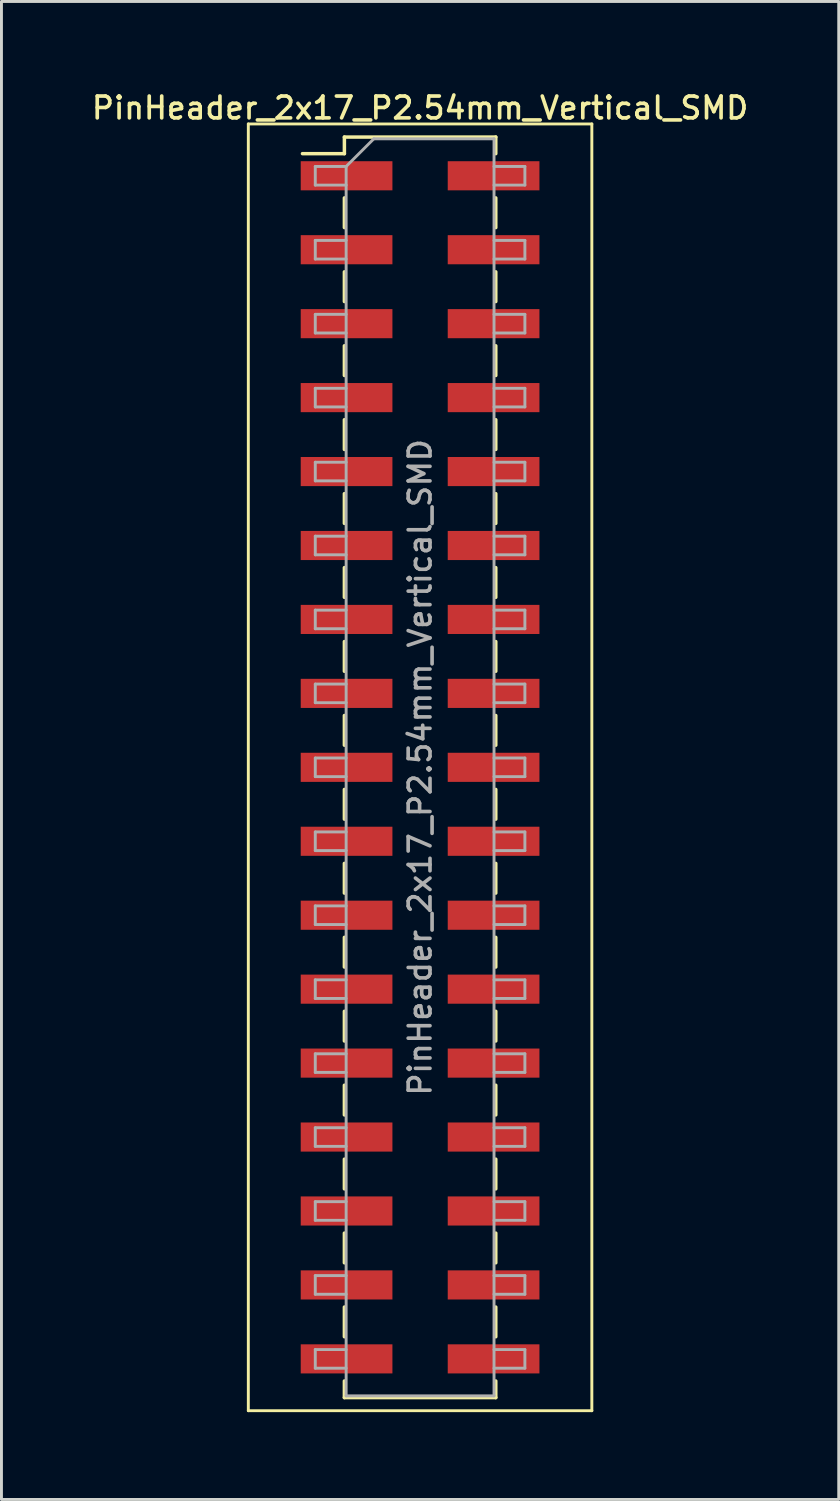
<source format=kicad_pcb>
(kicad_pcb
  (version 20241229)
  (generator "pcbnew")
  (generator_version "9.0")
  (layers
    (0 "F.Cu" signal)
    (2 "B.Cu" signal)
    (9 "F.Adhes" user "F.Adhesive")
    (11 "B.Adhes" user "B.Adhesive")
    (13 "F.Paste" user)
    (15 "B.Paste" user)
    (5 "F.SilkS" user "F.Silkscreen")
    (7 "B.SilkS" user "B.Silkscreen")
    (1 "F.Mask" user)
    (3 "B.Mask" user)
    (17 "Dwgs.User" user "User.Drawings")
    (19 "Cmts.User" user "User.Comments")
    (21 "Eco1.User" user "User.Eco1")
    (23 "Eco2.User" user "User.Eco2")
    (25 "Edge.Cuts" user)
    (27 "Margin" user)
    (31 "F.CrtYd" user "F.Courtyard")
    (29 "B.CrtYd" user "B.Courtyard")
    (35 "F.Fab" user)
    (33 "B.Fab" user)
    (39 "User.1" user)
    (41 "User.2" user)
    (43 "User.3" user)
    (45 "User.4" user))
  (footprint "PinHeader_2x17_P2.54mm_Vertical_SMD"
    (layer "F.Cu")
    (at 11.38 23.308)
    (property "Reference" "PinHeader_2x17_P2.54mm_Vertical_SMD" (at 0 -22.65 0) (layer "F.SilkS") (effects (font (size 0.75 0.75) (thickness 0.125))))
    (attr smd)
    (fp_line (start -5.9 -22.1) (end -5.9 22.1) (stroke (width 0.1) (type solid)) (layer "F.SilkS"))
    (fp_line (start -5.9 22.1) (end 5.9 22.1) (stroke (width 0.1) (type solid)) (layer "F.SilkS"))
    (fp_line (start -4.04 -21.08) (end -2.6 -21.08) (stroke (width 0.12) (type solid)) (layer "F.SilkS"))
    (fp_line (start -2.6 -21.65) (end -2.6 -21.08) (stroke (width 0.12) (type solid)) (layer "F.SilkS"))
    (fp_line (start -2.6 -21.65) (end 2.6 -21.65) (stroke (width 0.12) (type solid)) (layer "F.SilkS"))
    (fp_line (start -2.6 -19.56) (end -2.6 -18.54) (stroke (width 0.12) (type solid)) (layer "F.SilkS"))
    (fp_line (start -2.6 -17.02) (end -2.6 -16) (stroke (width 0.12) (type solid)) (layer "F.SilkS"))
    (fp_line (start -2.6 -14.48) (end -2.6 -13.46) (stroke (width 0.12) (type solid)) (layer "F.SilkS"))
    (fp_line (start -2.6 -11.94) (end -2.6 -10.92) (stroke (width 0.12) (type solid)) (layer "F.SilkS"))
    (fp_line (start -2.6 -9.4) (end -2.6 -8.38) (stroke (width 0.12) (type solid)) (layer "F.SilkS"))
    (fp_line (start -2.6 -6.86) (end -2.6 -5.84) (stroke (width 0.12) (type solid)) (layer "F.SilkS"))
    (fp_line (start -2.6 -4.32) (end -2.6 -3.3) (stroke (width 0.12) (type solid)) (layer "F.SilkS"))
    (fp_line (start -2.6 -1.78) (end -2.6 -0.76) (stroke (width 0.12) (type solid)) (layer "F.SilkS"))
    (fp_line (start -2.6 0.76) (end -2.6 1.78) (stroke (width 0.12) (type solid)) (layer "F.SilkS"))
    (fp_line (start -2.6 3.3) (end -2.6 4.32) (stroke (width 0.12) (type solid)) (layer "F.SilkS"))
    (fp_line (start -2.6 5.84) (end -2.6 6.86) (stroke (width 0.12) (type solid)) (layer "F.SilkS"))
    (fp_line (start -2.6 8.38) (end -2.6 9.4) (stroke (width 0.12) (type solid)) (layer "F.SilkS"))
    (fp_line (start -2.6 10.92) (end -2.6 11.94) (stroke (width 0.12) (type solid)) (layer "F.SilkS"))
    (fp_line (start -2.6 13.46) (end -2.6 14.48) (stroke (width 0.12) (type solid)) (layer "F.SilkS"))
    (fp_line (start -2.6 16) (end -2.6 17.02) (stroke (width 0.12) (type solid)) (layer "F.SilkS"))
    (fp_line (start -2.6 18.54) (end -2.6 19.56) (stroke (width 0.12) (type solid)) (layer "F.SilkS"))
    (fp_line (start -2.6 21.08) (end -2.6 21.65) (stroke (width 0.12) (type solid)) (layer "F.SilkS"))
    (fp_line (start -2.6 21.65) (end 2.6 21.65) (stroke (width 0.12) (type solid)) (layer "F.SilkS"))
    (fp_line (start 2.6 -21.65) (end 2.6 -21.08) (stroke (width 0.12) (type solid)) (layer "F.SilkS"))
    (fp_line (start 2.6 -19.56) (end 2.6 -18.54) (stroke (width 0.12) (type solid)) (layer "F.SilkS"))
    (fp_line (start 2.6 -17.02) (end 2.6 -16) (stroke (width 0.12) (type solid)) (layer "F.SilkS"))
    (fp_line (start 2.6 -14.48) (end 2.6 -13.46) (stroke (width 0.12) (type solid)) (layer "F.SilkS"))
    (fp_line (start 2.6 -11.94) (end 2.6 -10.92) (stroke (width 0.12) (type solid)) (layer "F.SilkS"))
    (fp_line (start 2.6 -9.4) (end 2.6 -8.38) (stroke (width 0.12) (type solid)) (layer "F.SilkS"))
    (fp_line (start 2.6 -6.86) (end 2.6 -5.84) (stroke (width 0.12) (type solid)) (layer "F.SilkS"))
    (fp_line (start 2.6 -4.32) (end 2.6 -3.3) (stroke (width 0.12) (type solid)) (layer "F.SilkS"))
    (fp_line (start 2.6 -1.78) (end 2.6 -0.76) (stroke (width 0.12) (type solid)) (layer "F.SilkS"))
    (fp_line (start 2.6 0.76) (end 2.6 1.78) (stroke (width 0.12) (type solid)) (layer "F.SilkS"))
    (fp_line (start 2.6 3.3) (end 2.6 4.32) (stroke (width 0.12) (type solid)) (layer "F.SilkS"))
    (fp_line (start 2.6 5.84) (end 2.6 6.86) (stroke (width 0.12) (type solid)) (layer "F.SilkS"))
    (fp_line (start 2.6 8.38) (end 2.6 9.4) (stroke (width 0.12) (type solid)) (layer "F.SilkS"))
    (fp_line (start 2.6 10.92) (end 2.6 11.94) (stroke (width 0.12) (type solid)) (layer "F.SilkS"))
    (fp_line (start 2.6 13.46) (end 2.6 14.48) (stroke (width 0.12) (type solid)) (layer "F.SilkS"))
    (fp_line (start 2.6 16) (end 2.6 17.02) (stroke (width 0.12) (type solid)) (layer "F.SilkS"))
    (fp_line (start 2.6 18.54) (end 2.6 19.56) (stroke (width 0.12) (type solid)) (layer "F.SilkS"))
    (fp_line (start 2.6 21.08) (end 2.6 21.65) (stroke (width 0.12) (type solid)) (layer "F.SilkS"))
    (fp_line (start 5.9 -22.1) (end -5.9 -22.1) (stroke (width 0.1) (type solid)) (layer "F.SilkS"))
    (fp_line (start 5.9 22.1) (end 5.9 -22.1) (stroke (width 0.1) (type solid)) (layer "F.SilkS"))
    (fp_line (start -3.6 -20.64) (end -3.6 -20) (stroke (width 0.1) (type solid)) (layer "F.Fab"))
    (fp_line (start -3.6 -20) (end -2.54 -20) (stroke (width 0.1) (type solid)) (layer "F.Fab"))
    (fp_line (start -3.6 -18.1) (end -3.6 -17.46) (stroke (width 0.1) (type solid)) (layer "F.Fab"))
    (fp_line (start -3.6 -17.46) (end -2.54 -17.46) (stroke (width 0.1) (type solid)) (layer "F.Fab"))
    (fp_line (start -3.6 -15.56) (end -3.6 -14.92) (stroke (width 0.1) (type solid)) (layer "F.Fab"))
    (fp_line (start -3.6 -14.92) (end -2.54 -14.92) (stroke (width 0.1) (type solid)) (layer "F.Fab"))
    (fp_line (start -3.6 -13.02) (end -3.6 -12.38) (stroke (width 0.1) (type solid)) (layer "F.Fab"))
    (fp_line (start -3.6 -12.38) (end -2.54 -12.38) (stroke (width 0.1) (type solid)) (layer "F.Fab"))
    (fp_line (start -3.6 -10.48) (end -3.6 -9.84) (stroke (width 0.1) (type solid)) (layer "F.Fab"))
    (fp_line (start -3.6 -9.84) (end -2.54 -9.84) (stroke (width 0.1) (type solid)) (layer "F.Fab"))
    (fp_line (start -3.6 -7.94) (end -3.6 -7.3) (stroke (width 0.1) (type solid)) (layer "F.Fab"))
    (fp_line (start -3.6 -7.3) (end -2.54 -7.3) (stroke (width 0.1) (type solid)) (layer "F.Fab"))
    (fp_line (start -3.6 -5.4) (end -3.6 -4.76) (stroke (width 0.1) (type solid)) (layer "F.Fab"))
    (fp_line (start -3.6 -4.76) (end -2.54 -4.76) (stroke (width 0.1) (type solid)) (layer "F.Fab"))
    (fp_line (start -3.6 -2.86) (end -3.6 -2.22) (stroke (width 0.1) (type solid)) (layer "F.Fab"))
    (fp_line (start -3.6 -2.22) (end -2.54 -2.22) (stroke (width 0.1) (type solid)) (layer "F.Fab"))
    (fp_line (start -3.6 -0.32) (end -3.6 0.32) (stroke (width 0.1) (type solid)) (layer "F.Fab"))
    (fp_line (start -3.6 0.32) (end -2.54 0.32) (stroke (width 0.1) (type solid)) (layer "F.Fab"))
    (fp_line (start -3.6 2.22) (end -3.6 2.86) (stroke (width 0.1) (type solid)) (layer "F.Fab"))
    (fp_line (start -3.6 2.86) (end -2.54 2.86) (stroke (width 0.1) (type solid)) (layer "F.Fab"))
    (fp_line (start -3.6 4.76) (end -3.6 5.4) (stroke (width 0.1) (type solid)) (layer "F.Fab"))
    (fp_line (start -3.6 5.4) (end -2.54 5.4) (stroke (width 0.1) (type solid)) (layer "F.Fab"))
    (fp_line (start -3.6 7.3) (end -3.6 7.94) (stroke (width 0.1) (type solid)) (layer "F.Fab"))
    (fp_line (start -3.6 7.94) (end -2.54 7.94) (stroke (width 0.1) (type solid)) (layer "F.Fab"))
    (fp_line (start -3.6 9.84) (end -3.6 10.48) (stroke (width 0.1) (type solid)) (layer "F.Fab"))
    (fp_line (start -3.6 10.48) (end -2.54 10.48) (stroke (width 0.1) (type solid)) (layer "F.Fab"))
    (fp_line (start -3.6 12.38) (end -3.6 13.02) (stroke (width 0.1) (type solid)) (layer "F.Fab"))
    (fp_line (start -3.6 13.02) (end -2.54 13.02) (stroke (width 0.1) (type solid)) (layer "F.Fab"))
    (fp_line (start -3.6 14.92) (end -3.6 15.56) (stroke (width 0.1) (type solid)) (layer "F.Fab"))
    (fp_line (start -3.6 15.56) (end -2.54 15.56) (stroke (width 0.1) (type solid)) (layer "F.Fab"))
    (fp_line (start -3.6 17.46) (end -3.6 18.1) (stroke (width 0.1) (type solid)) (layer "F.Fab"))
    (fp_line (start -3.6 18.1) (end -2.54 18.1) (stroke (width 0.1) (type solid)) (layer "F.Fab"))
    (fp_line (start -3.6 20) (end -3.6 20.64) (stroke (width 0.1) (type solid)) (layer "F.Fab"))
    (fp_line (start -3.6 20.64) (end -2.54 20.64) (stroke (width 0.1) (type solid)) (layer "F.Fab"))
    (fp_line (start -2.54 -20.64) (end -3.6 -20.64) (stroke (width 0.1) (type solid)) (layer "F.Fab"))
    (fp_line (start -2.54 -20.64) (end -1.59 -21.59) (stroke (width 0.1) (type solid)) (layer "F.Fab"))
    (fp_line (start -2.54 -18.1) (end -3.6 -18.1) (stroke (width 0.1) (type solid)) (layer "F.Fab"))
    (fp_line (start -2.54 -15.56) (end -3.6 -15.56) (stroke (width 0.1) (type solid)) (layer "F.Fab"))
    (fp_line (start -2.54 -13.02) (end -3.6 -13.02) (stroke (width 0.1) (type solid)) (layer "F.Fab"))
    (fp_line (start -2.54 -10.48) (end -3.6 -10.48) (stroke (width 0.1) (type solid)) (layer "F.Fab"))
    (fp_line (start -2.54 -7.94) (end -3.6 -7.94) (stroke (width 0.1) (type solid)) (layer "F.Fab"))
    (fp_line (start -2.54 -5.4) (end -3.6 -5.4) (stroke (width 0.1) (type solid)) (layer "F.Fab"))
    (fp_line (start -2.54 -2.86) (end -3.6 -2.86) (stroke (width 0.1) (type solid)) (layer "F.Fab"))
    (fp_line (start -2.54 -0.32) (end -3.6 -0.32) (stroke (width 0.1) (type solid)) (layer "F.Fab"))
    (fp_line (start -2.54 2.22) (end -3.6 2.22) (stroke (width 0.1) (type solid)) (layer "F.Fab"))
    (fp_line (start -2.54 4.76) (end -3.6 4.76) (stroke (width 0.1) (type solid)) (layer "F.Fab"))
    (fp_line (start -2.54 7.3) (end -3.6 7.3) (stroke (width 0.1) (type solid)) (layer "F.Fab"))
    (fp_line (start -2.54 9.84) (end -3.6 9.84) (stroke (width 0.1) (type solid)) (layer "F.Fab"))
    (fp_line (start -2.54 12.38) (end -3.6 12.38) (stroke (width 0.1) (type solid)) (layer "F.Fab"))
    (fp_line (start -2.54 14.92) (end -3.6 14.92) (stroke (width 0.1) (type solid)) (layer "F.Fab"))
    (fp_line (start -2.54 17.46) (end -3.6 17.46) (stroke (width 0.1) (type solid)) (layer "F.Fab"))
    (fp_line (start -2.54 20) (end -3.6 20) (stroke (width 0.1) (type solid)) (layer "F.Fab"))
    (fp_line (start -2.54 21.59) (end -2.54 -20.64) (stroke (width 0.1) (type solid)) (layer "F.Fab"))
    (fp_line (start -1.59 -21.59) (end 2.54 -21.59) (stroke (width 0.1) (type solid)) (layer "F.Fab"))
    (fp_line (start 2.54 -21.59) (end 2.54 21.59) (stroke (width 0.1) (type solid)) (layer "F.Fab"))
    (fp_line (start 2.54 -20.64) (end 3.6 -20.64) (stroke (width 0.1) (type solid)) (layer "F.Fab"))
    (fp_line (start 2.54 -18.1) (end 3.6 -18.1) (stroke (width 0.1) (type solid)) (layer "F.Fab"))
    (fp_line (start 2.54 -15.56) (end 3.6 -15.56) (stroke (width 0.1) (type solid)) (layer "F.Fab"))
    (fp_line (start 2.54 -13.02) (end 3.6 -13.02) (stroke (width 0.1) (type solid)) (layer "F.Fab"))
    (fp_line (start 2.54 -10.48) (end 3.6 -10.48) (stroke (width 0.1) (type solid)) (layer "F.Fab"))
    (fp_line (start 2.54 -7.94) (end 3.6 -7.94) (stroke (width 0.1) (type solid)) (layer "F.Fab"))
    (fp_line (start 2.54 -5.4) (end 3.6 -5.4) (stroke (width 0.1) (type solid)) (layer "F.Fab"))
    (fp_line (start 2.54 -2.86) (end 3.6 -2.86) (stroke (width 0.1) (type solid)) (layer "F.Fab"))
    (fp_line (start 2.54 -0.32) (end 3.6 -0.32) (stroke (width 0.1) (type solid)) (layer "F.Fab"))
    (fp_line (start 2.54 2.22) (end 3.6 2.22) (stroke (width 0.1) (type solid)) (layer "F.Fab"))
    (fp_line (start 2.54 4.76) (end 3.6 4.76) (stroke (width 0.1) (type solid)) (layer "F.Fab"))
    (fp_line (start 2.54 7.3) (end 3.6 7.3) (stroke (width 0.1) (type solid)) (layer "F.Fab"))
    (fp_line (start 2.54 9.84) (end 3.6 9.84) (stroke (width 0.1) (type solid)) (layer "F.Fab"))
    (fp_line (start 2.54 12.38) (end 3.6 12.38) (stroke (width 0.1) (type solid)) (layer "F.Fab"))
    (fp_line (start 2.54 14.92) (end 3.6 14.92) (stroke (width 0.1) (type solid)) (layer "F.Fab"))
    (fp_line (start 2.54 17.46) (end 3.6 17.46) (stroke (width 0.1) (type solid)) (layer "F.Fab"))
    (fp_line (start 2.54 20) (end 3.6 20) (stroke (width 0.1) (type solid)) (layer "F.Fab"))
    (fp_line (start 2.54 21.59) (end -2.54 21.59) (stroke (width 0.1) (type solid)) (layer "F.Fab"))
    (fp_line (start 3.6 -20.64) (end 3.6 -20) (stroke (width 0.1) (type solid)) (layer "F.Fab"))
    (fp_line (start 3.6 -20) (end 2.54 -20) (stroke (width 0.1) (type solid)) (layer "F.Fab"))
    (fp_line (start 3.6 -18.1) (end 3.6 -17.46) (stroke (width 0.1) (type solid)) (layer "F.Fab"))
    (fp_line (start 3.6 -17.46) (end 2.54 -17.46) (stroke (width 0.1) (type solid)) (layer "F.Fab"))
    (fp_line (start 3.6 -15.56) (end 3.6 -14.92) (stroke (width 0.1) (type solid)) (layer "F.Fab"))
    (fp_line (start 3.6 -14.92) (end 2.54 -14.92) (stroke (width 0.1) (type solid)) (layer "F.Fab"))
    (fp_line (start 3.6 -13.02) (end 3.6 -12.38) (stroke (width 0.1) (type solid)) (layer "F.Fab"))
    (fp_line (start 3.6 -12.38) (end 2.54 -12.38) (stroke (width 0.1) (type solid)) (layer "F.Fab"))
    (fp_line (start 3.6 -10.48) (end 3.6 -9.84) (stroke (width 0.1) (type solid)) (layer "F.Fab"))
    (fp_line (start 3.6 -9.84) (end 2.54 -9.84) (stroke (width 0.1) (type solid)) (layer "F.Fab"))
    (fp_line (start 3.6 -7.94) (end 3.6 -7.3) (stroke (width 0.1) (type solid)) (layer "F.Fab"))
    (fp_line (start 3.6 -7.3) (end 2.54 -7.3) (stroke (width 0.1) (type solid)) (layer "F.Fab"))
    (fp_line (start 3.6 -5.4) (end 3.6 -4.76) (stroke (width 0.1) (type solid)) (layer "F.Fab"))
    (fp_line (start 3.6 -4.76) (end 2.54 -4.76) (stroke (width 0.1) (type solid)) (layer "F.Fab"))
    (fp_line (start 3.6 -2.86) (end 3.6 -2.22) (stroke (width 0.1) (type solid)) (layer "F.Fab"))
    (fp_line (start 3.6 -2.22) (end 2.54 -2.22) (stroke (width 0.1) (type solid)) (layer "F.Fab"))
    (fp_line (start 3.6 -0.32) (end 3.6 0.32) (stroke (width 0.1) (type solid)) (layer "F.Fab"))
    (fp_line (start 3.6 0.32) (end 2.54 0.32) (stroke (width 0.1) (type solid)) (layer "F.Fab"))
    (fp_line (start 3.6 2.22) (end 3.6 2.86) (stroke (width 0.1) (type solid)) (layer "F.Fab"))
    (fp_line (start 3.6 2.86) (end 2.54 2.86) (stroke (width 0.1) (type solid)) (layer "F.Fab"))
    (fp_line (start 3.6 4.76) (end 3.6 5.4) (stroke (width 0.1) (type solid)) (layer "F.Fab"))
    (fp_line (start 3.6 5.4) (end 2.54 5.4) (stroke (width 0.1) (type solid)) (layer "F.Fab"))
    (fp_line (start 3.6 7.3) (end 3.6 7.94) (stroke (width 0.1) (type solid)) (layer "F.Fab"))
    (fp_line (start 3.6 7.94) (end 2.54 7.94) (stroke (width 0.1) (type solid)) (layer "F.Fab"))
    (fp_line (start 3.6 9.84) (end 3.6 10.48) (stroke (width 0.1) (type solid)) (layer "F.Fab"))
    (fp_line (start 3.6 10.48) (end 2.54 10.48) (stroke (width 0.1) (type solid)) (layer "F.Fab"))
    (fp_line (start 3.6 12.38) (end 3.6 13.02) (stroke (width 0.1) (type solid)) (layer "F.Fab"))
    (fp_line (start 3.6 13.02) (end 2.54 13.02) (stroke (width 0.1) (type solid)) (layer "F.Fab"))
    (fp_line (start 3.6 14.92) (end 3.6 15.56) (stroke (width 0.1) (type solid)) (layer "F.Fab"))
    (fp_line (start 3.6 15.56) (end 2.54 15.56) (stroke (width 0.1) (type solid)) (layer "F.Fab"))
    (fp_line (start 3.6 17.46) (end 3.6 18.1) (stroke (width 0.1) (type solid)) (layer "F.Fab"))
    (fp_line (start 3.6 18.1) (end 2.54 18.1) (stroke (width 0.1) (type solid)) (layer "F.Fab"))
    (fp_line (start 3.6 20) (end 3.6 20.64) (stroke (width 0.1) (type solid)) (layer "F.Fab"))
    (fp_line (start 3.6 20.64) (end 2.54 20.64) (stroke (width 0.1) (type solid)) (layer "F.Fab"))
    (fp_text user "${REFERENCE}" (at 0 0 90) (layer "F.Fab") (effects (font (size 0.75 0.75) (thickness 0.125))))
    (pad "1" smd rect (at -2.525 -20.32) (size 3.15 1) (layers "F.Cu" "F.Mask" "F.Paste"))
    (pad "2" smd rect (at 2.525 -20.32) (size 3.15 1) (layers "F.Cu" "F.Mask" "F.Paste"))
    (pad "3" smd rect (at -2.525 -17.78) (size 3.15 1) (layers "F.Cu" "F.Mask" "F.Paste"))
    (pad "4" smd rect (at 2.525 -17.78) (size 3.15 1) (layers "F.Cu" "F.Mask" "F.Paste"))
    (pad "5" smd rect (at -2.525 -15.24) (size 3.15 1) (layers "F.Cu" "F.Mask" "F.Paste"))
    (pad "6" smd rect (at 2.525 -15.24) (size 3.15 1) (layers "F.Cu" "F.Mask" "F.Paste"))
    (pad "7" smd rect (at -2.525 -12.7) (size 3.15 1) (layers "F.Cu" "F.Mask" "F.Paste"))
    (pad "8" smd rect (at 2.525 -12.7) (size 3.15 1) (layers "F.Cu" "F.Mask" "F.Paste"))
    (pad "9" smd rect (at -2.525 -10.16) (size 3.15 1) (layers "F.Cu" "F.Mask" "F.Paste"))
    (pad "10" smd rect (at 2.525 -10.16) (size 3.15 1) (layers "F.Cu" "F.Mask" "F.Paste"))
    (pad "11" smd rect (at -2.525 -7.62) (size 3.15 1) (layers "F.Cu" "F.Mask" "F.Paste"))
    (pad "12" smd rect (at 2.525 -7.62) (size 3.15 1) (layers "F.Cu" "F.Mask" "F.Paste"))
    (pad "13" smd rect (at -2.525 -5.08) (size 3.15 1) (layers "F.Cu" "F.Mask" "F.Paste"))
    (pad "14" smd rect (at 2.525 -5.08) (size 3.15 1) (layers "F.Cu" "F.Mask" "F.Paste"))
    (pad "15" smd rect (at -2.525 -2.54) (size 3.15 1) (layers "F.Cu" "F.Mask" "F.Paste"))
    (pad "16" smd rect (at 2.525 -2.54) (size 3.15 1) (layers "F.Cu" "F.Mask" "F.Paste"))
    (pad "17" smd rect (at -2.525 0) (size 3.15 1) (layers "F.Cu" "F.Mask" "F.Paste"))
    (pad "18" smd rect (at 2.525 0) (size 3.15 1) (layers "F.Cu" "F.Mask" "F.Paste"))
    (pad "19" smd rect (at -2.525 2.54) (size 3.15 1) (layers "F.Cu" "F.Mask" "F.Paste"))
    (pad "20" smd rect (at 2.525 2.54) (size 3.15 1) (layers "F.Cu" "F.Mask" "F.Paste"))
    (pad "21" smd rect (at -2.525 5.08) (size 3.15 1) (layers "F.Cu" "F.Mask" "F.Paste"))
    (pad "22" smd rect (at 2.525 5.08) (size 3.15 1) (layers "F.Cu" "F.Mask" "F.Paste"))
    (pad "23" smd rect (at -2.525 7.62) (size 3.15 1) (layers "F.Cu" "F.Mask" "F.Paste"))
    (pad "24" smd rect (at 2.525 7.62) (size 3.15 1) (layers "F.Cu" "F.Mask" "F.Paste"))
    (pad "25" smd rect (at -2.525 10.16) (size 3.15 1) (layers "F.Cu" "F.Mask" "F.Paste"))
    (pad "26" smd rect (at 2.525 10.16) (size 3.15 1) (layers "F.Cu" "F.Mask" "F.Paste"))
    (pad "27" smd rect (at -2.525 12.7) (size 3.15 1) (layers "F.Cu" "F.Mask" "F.Paste"))
    (pad "28" smd rect (at 2.525 12.7) (size 3.15 1) (layers "F.Cu" "F.Mask" "F.Paste"))
    (pad "29" smd rect (at -2.525 15.24) (size 3.15 1) (layers "F.Cu" "F.Mask" "F.Paste"))
    (pad "30" smd rect (at 2.525 15.24) (size 3.15 1) (layers "F.Cu" "F.Mask" "F.Paste"))
    (pad "31" smd rect (at -2.525 17.78) (size 3.15 1) (layers "F.Cu" "F.Mask" "F.Paste"))
    (pad "32" smd rect (at 2.525 17.78) (size 3.15 1) (layers "F.Cu" "F.Mask" "F.Paste"))
    (pad "33" smd rect (at -2.525 20.32) (size 3.15 1) (layers "F.Cu" "F.Mask" "F.Paste"))
    (pad "34" smd rect (at 2.525 20.32) (size 3.15 1) (layers "F.Cu" "F.Mask" "F.Paste")))
  (gr_rect
    (start -3 -3)
    (end 25.761 48.458)
    (stroke (width 0.1) (type default))
    (fill no)
    (layer "Edge.Cuts")))
</source>
